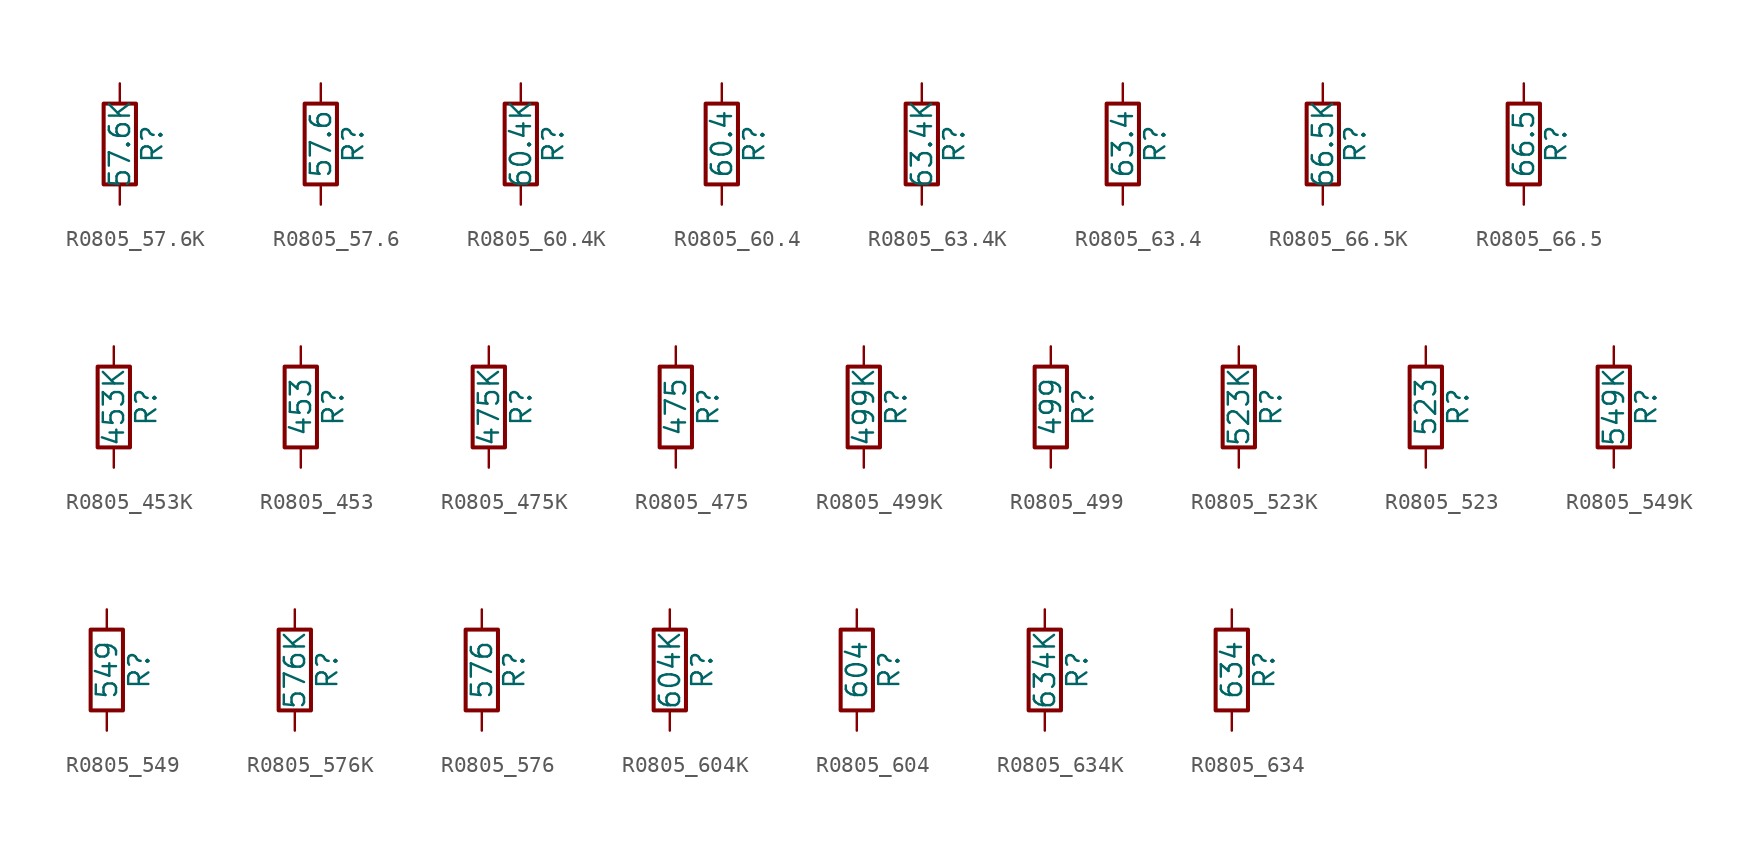
<source format=kicad_sym>
(kicad_symbol_lib
  (version 20211014)
  (generator atlantix-eda)
  (symbol "R0805_57.6K"
    (pin_numbers hide)
    (pin_names
      (offset 0))
    (property "Reference" "R"
      (at 2.032 0 90)
      (effects (font (size 1.27 1.27))))
    (property "Value" "57.6K"
      (at 0 0 90)
      (effects (font (size 1.27 1.27))))
    (symbol "R0805_57.6K_0_1"
      (rectangle (start -1.016 -2.54) (end 1.016 2.54) (stroke (width 0.254) (type default) (color 0 0 0 0)) (fill (type none))))
    (symbol "R0805_57.6K_1_1"
      (pin passive line (at 0 3.81 270) (length 1.27) (name "~" (effects (font (size 1.27 1.27)))) (number "1" (effects (font (size 1.27 1.27)))))
      (pin passive line (at 0 -3.81 90) (length 1.27) (name "~" (effects (font (size 1.27 1.27)))) (number "2" (effects (font (size 1.27 1.27)))))))
  (symbol "R0805_57.6"
    (pin_numbers hide)
    (pin_names
      (offset 0))
    (property "Reference" "R"
      (at 2.032 0 90)
      (effects (font (size 1.27 1.27))))
    (property "Value" "57.6"
      (at 0 0 90)
      (effects (font (size 1.27 1.27))))
    (symbol "R0805_57.6_0_1"
      (rectangle (start -1.016 -2.54) (end 1.016 2.54) (stroke (width 0.254) (type default) (color 0 0 0 0)) (fill (type none))))
    (symbol "R0805_57.6_1_1"
      (pin passive line (at 0 3.81 270) (length 1.27) (name "~" (effects (font (size 1.27 1.27)))) (number "1" (effects (font (size 1.27 1.27)))))
      (pin passive line (at 0 -3.81 90) (length 1.27) (name "~" (effects (font (size 1.27 1.27)))) (number "2" (effects (font (size 1.27 1.27)))))))
  (symbol "R0805_60.4K"
    (pin_numbers hide)
    (pin_names
      (offset 0))
    (property "Reference" "R"
      (at 2.032 0 90)
      (effects (font (size 1.27 1.27))))
    (property "Value" "60.4K"
      (at 0 0 90)
      (effects (font (size 1.27 1.27))))
    (symbol "R0805_60.4K_0_1"
      (rectangle (start -1.016 -2.54) (end 1.016 2.54) (stroke (width 0.254) (type default) (color 0 0 0 0)) (fill (type none))))
    (symbol "R0805_60.4K_1_1"
      (pin passive line (at 0 3.81 270) (length 1.27) (name "~" (effects (font (size 1.27 1.27)))) (number "1" (effects (font (size 1.27 1.27)))))
      (pin passive line (at 0 -3.81 90) (length 1.27) (name "~" (effects (font (size 1.27 1.27)))) (number "2" (effects (font (size 1.27 1.27)))))))
  (symbol "R0805_60.4"
    (pin_numbers hide)
    (pin_names
      (offset 0))
    (property "Reference" "R"
      (at 2.032 0 90)
      (effects (font (size 1.27 1.27))))
    (property "Value" "60.4"
      (at 0 0 90)
      (effects (font (size 1.27 1.27))))
    (symbol "R0805_60.4_0_1"
      (rectangle (start -1.016 -2.54) (end 1.016 2.54) (stroke (width 0.254) (type default) (color 0 0 0 0)) (fill (type none))))
    (symbol "R0805_60.4_1_1"
      (pin passive line (at 0 3.81 270) (length 1.27) (name "~" (effects (font (size 1.27 1.27)))) (number "1" (effects (font (size 1.27 1.27)))))
      (pin passive line (at 0 -3.81 90) (length 1.27) (name "~" (effects (font (size 1.27 1.27)))) (number "2" (effects (font (size 1.27 1.27)))))))
  (symbol "R0805_63.4K"
    (pin_numbers hide)
    (pin_names
      (offset 0))
    (property "Reference" "R"
      (at 2.032 0 90)
      (effects (font (size 1.27 1.27))))
    (property "Value" "63.4K"
      (at 0 0 90)
      (effects (font (size 1.27 1.27))))
    (symbol "R0805_63.4K_0_1"
      (rectangle (start -1.016 -2.54) (end 1.016 2.54) (stroke (width 0.254) (type default) (color 0 0 0 0)) (fill (type none))))
    (symbol "R0805_63.4K_1_1"
      (pin passive line (at 0 3.81 270) (length 1.27) (name "~" (effects (font (size 1.27 1.27)))) (number "1" (effects (font (size 1.27 1.27)))))
      (pin passive line (at 0 -3.81 90) (length 1.27) (name "~" (effects (font (size 1.27 1.27)))) (number "2" (effects (font (size 1.27 1.27)))))))
  (symbol "R0805_63.4"
    (pin_numbers hide)
    (pin_names
      (offset 0))
    (property "Reference" "R"
      (at 2.032 0 90)
      (effects (font (size 1.27 1.27))))
    (property "Value" "63.4"
      (at 0 0 90)
      (effects (font (size 1.27 1.27))))
    (symbol "R0805_63.4_0_1"
      (rectangle (start -1.016 -2.54) (end 1.016 2.54) (stroke (width 0.254) (type default) (color 0 0 0 0)) (fill (type none))))
    (symbol "R0805_63.4_1_1"
      (pin passive line (at 0 3.81 270) (length 1.27) (name "~" (effects (font (size 1.27 1.27)))) (number "1" (effects (font (size 1.27 1.27)))))
      (pin passive line (at 0 -3.81 90) (length 1.27) (name "~" (effects (font (size 1.27 1.27)))) (number "2" (effects (font (size 1.27 1.27)))))))
  (symbol "R0805_66.5K"
    (pin_numbers hide)
    (pin_names
      (offset 0))
    (property "Reference" "R"
      (at 2.032 0 90)
      (effects (font (size 1.27 1.27))))
    (property "Value" "66.5K"
      (at 0 0 90)
      (effects (font (size 1.27 1.27))))
    (symbol "R0805_66.5K_0_1"
      (rectangle (start -1.016 -2.54) (end 1.016 2.54) (stroke (width 0.254) (type default) (color 0 0 0 0)) (fill (type none))))
    (symbol "R0805_66.5K_1_1"
      (pin passive line (at 0 3.81 270) (length 1.27) (name "~" (effects (font (size 1.27 1.27)))) (number "1" (effects (font (size 1.27 1.27)))))
      (pin passive line (at 0 -3.81 90) (length 1.27) (name "~" (effects (font (size 1.27 1.27)))) (number "2" (effects (font (size 1.27 1.27)))))))
  (symbol "R0805_66.5"
    (pin_numbers hide)
    (pin_names
      (offset 0))
    (property "Reference" "R"
      (at 2.032 0 90)
      (effects (font (size 1.27 1.27))))
    (property "Value" "66.5"
      (at 0 0 90)
      (effects (font (size 1.27 1.27))))
    (symbol "R0805_66.5_0_1"
      (rectangle (start -1.016 -2.54) (end 1.016 2.54) (stroke (width 0.254) (type default) (color 0 0 0 0)) (fill (type none))))
    (symbol "R0805_66.5_1_1"
      (pin passive line (at 0 3.81 270) (length 1.27) (name "~" (effects (font (size 1.27 1.27)))) (number "1" (effects (font (size 1.27 1.27)))))
      (pin passive line (at 0 -3.81 90) (length 1.27) (name "~" (effects (font (size 1.27 1.27)))) (number "2" (effects (font (size 1.27 1.27)))))))
  (symbol "R0805_453K"
    (pin_numbers hide)
    (pin_names
      (offset 0))
    (property "Reference" "R"
      (at 2.032 0 90)
      (effects (font (size 1.27 1.27))))
    (property "Value" "453K"
      (at 0 0 90)
      (effects (font (size 1.27 1.27))))
    (symbol "R0805_453K_0_1"
      (rectangle (start -1.016 -2.54) (end 1.016 2.54) (stroke (width 0.254) (type default) (color 0 0 0 0)) (fill (type none))))
    (symbol "R0805_453K_1_1"
      (pin passive line (at 0 3.81 270) (length 1.27) (name "~" (effects (font (size 1.27 1.27)))) (number "1" (effects (font (size 1.27 1.27)))))
      (pin passive line (at 0 -3.81 90) (length 1.27) (name "~" (effects (font (size 1.27 1.27)))) (number "2" (effects (font (size 1.27 1.27)))))))
  (symbol "R0805_453"
    (pin_numbers hide)
    (pin_names
      (offset 0))
    (property "Reference" "R"
      (at 2.032 0 90)
      (effects (font (size 1.27 1.27))))
    (property "Value" "453"
      (at 0 0 90)
      (effects (font (size 1.27 1.27))))
    (symbol "R0805_453_0_1"
      (rectangle (start -1.016 -2.54) (end 1.016 2.54) (stroke (width 0.254) (type default) (color 0 0 0 0)) (fill (type none))))
    (symbol "R0805_453_1_1"
      (pin passive line (at 0 3.81 270) (length 1.27) (name "~" (effects (font (size 1.27 1.27)))) (number "1" (effects (font (size 1.27 1.27)))))
      (pin passive line (at 0 -3.81 90) (length 1.27) (name "~" (effects (font (size 1.27 1.27)))) (number "2" (effects (font (size 1.27 1.27)))))))
  (symbol "R0805_475K"
    (pin_numbers hide)
    (pin_names
      (offset 0))
    (property "Reference" "R"
      (at 2.032 0 90)
      (effects (font (size 1.27 1.27))))
    (property "Value" "475K"
      (at 0 0 90)
      (effects (font (size 1.27 1.27))))
    (symbol "R0805_475K_0_1"
      (rectangle (start -1.016 -2.54) (end 1.016 2.54) (stroke (width 0.254) (type default) (color 0 0 0 0)) (fill (type none))))
    (symbol "R0805_475K_1_1"
      (pin passive line (at 0 3.81 270) (length 1.27) (name "~" (effects (font (size 1.27 1.27)))) (number "1" (effects (font (size 1.27 1.27)))))
      (pin passive line (at 0 -3.81 90) (length 1.27) (name "~" (effects (font (size 1.27 1.27)))) (number "2" (effects (font (size 1.27 1.27)))))))
  (symbol "R0805_475"
    (pin_numbers hide)
    (pin_names
      (offset 0))
    (property "Reference" "R"
      (at 2.032 0 90)
      (effects (font (size 1.27 1.27))))
    (property "Value" "475"
      (at 0 0 90)
      (effects (font (size 1.27 1.27))))
    (symbol "R0805_475_0_1"
      (rectangle (start -1.016 -2.54) (end 1.016 2.54) (stroke (width 0.254) (type default) (color 0 0 0 0)) (fill (type none))))
    (symbol "R0805_475_1_1"
      (pin passive line (at 0 3.81 270) (length 1.27) (name "~" (effects (font (size 1.27 1.27)))) (number "1" (effects (font (size 1.27 1.27)))))
      (pin passive line (at 0 -3.81 90) (length 1.27) (name "~" (effects (font (size 1.27 1.27)))) (number "2" (effects (font (size 1.27 1.27)))))))
  (symbol "R0805_499K"
    (pin_numbers hide)
    (pin_names
      (offset 0))
    (property "Reference" "R"
      (at 2.032 0 90)
      (effects (font (size 1.27 1.27))))
    (property "Value" "499K"
      (at 0 0 90)
      (effects (font (size 1.27 1.27))))
    (symbol "R0805_499K_0_1"
      (rectangle (start -1.016 -2.54) (end 1.016 2.54) (stroke (width 0.254) (type default) (color 0 0 0 0)) (fill (type none))))
    (symbol "R0805_499K_1_1"
      (pin passive line (at 0 3.81 270) (length 1.27) (name "~" (effects (font (size 1.27 1.27)))) (number "1" (effects (font (size 1.27 1.27)))))
      (pin passive line (at 0 -3.81 90) (length 1.27) (name "~" (effects (font (size 1.27 1.27)))) (number "2" (effects (font (size 1.27 1.27)))))))
  (symbol "R0805_499"
    (pin_numbers hide)
    (pin_names
      (offset 0))
    (property "Reference" "R"
      (at 2.032 0 90)
      (effects (font (size 1.27 1.27))))
    (property "Value" "499"
      (at 0 0 90)
      (effects (font (size 1.27 1.27))))
    (symbol "R0805_499_0_1"
      (rectangle (start -1.016 -2.54) (end 1.016 2.54) (stroke (width 0.254) (type default) (color 0 0 0 0)) (fill (type none))))
    (symbol "R0805_499_1_1"
      (pin passive line (at 0 3.81 270) (length 1.27) (name "~" (effects (font (size 1.27 1.27)))) (number "1" (effects (font (size 1.27 1.27)))))
      (pin passive line (at 0 -3.81 90) (length 1.27) (name "~" (effects (font (size 1.27 1.27)))) (number "2" (effects (font (size 1.27 1.27)))))))
  (symbol "R0805_523K"
    (pin_numbers hide)
    (pin_names
      (offset 0))
    (property "Reference" "R"
      (at 2.032 0 90)
      (effects (font (size 1.27 1.27))))
    (property "Value" "523K"
      (at 0 0 90)
      (effects (font (size 1.27 1.27))))
    (symbol "R0805_523K_0_1"
      (rectangle (start -1.016 -2.54) (end 1.016 2.54) (stroke (width 0.254) (type default) (color 0 0 0 0)) (fill (type none))))
    (symbol "R0805_523K_1_1"
      (pin passive line (at 0 3.81 270) (length 1.27) (name "~" (effects (font (size 1.27 1.27)))) (number "1" (effects (font (size 1.27 1.27)))))
      (pin passive line (at 0 -3.81 90) (length 1.27) (name "~" (effects (font (size 1.27 1.27)))) (number "2" (effects (font (size 1.27 1.27)))))))
  (symbol "R0805_523"
    (pin_numbers hide)
    (pin_names
      (offset 0))
    (property "Reference" "R"
      (at 2.032 0 90)
      (effects (font (size 1.27 1.27))))
    (property "Value" "523"
      (at 0 0 90)
      (effects (font (size 1.27 1.27))))
    (symbol "R0805_523_0_1"
      (rectangle (start -1.016 -2.54) (end 1.016 2.54) (stroke (width 0.254) (type default) (color 0 0 0 0)) (fill (type none))))
    (symbol "R0805_523_1_1"
      (pin passive line (at 0 3.81 270) (length 1.27) (name "~" (effects (font (size 1.27 1.27)))) (number "1" (effects (font (size 1.27 1.27)))))
      (pin passive line (at 0 -3.81 90) (length 1.27) (name "~" (effects (font (size 1.27 1.27)))) (number "2" (effects (font (size 1.27 1.27)))))))
  (symbol "R0805_549K"
    (pin_numbers hide)
    (pin_names
      (offset 0))
    (property "Reference" "R"
      (at 2.032 0 90)
      (effects (font (size 1.27 1.27))))
    (property "Value" "549K"
      (at 0 0 90)
      (effects (font (size 1.27 1.27))))
    (symbol "R0805_549K_0_1"
      (rectangle (start -1.016 -2.54) (end 1.016 2.54) (stroke (width 0.254) (type default) (color 0 0 0 0)) (fill (type none))))
    (symbol "R0805_549K_1_1"
      (pin passive line (at 0 3.81 270) (length 1.27) (name "~" (effects (font (size 1.27 1.27)))) (number "1" (effects (font (size 1.27 1.27)))))
      (pin passive line (at 0 -3.81 90) (length 1.27) (name "~" (effects (font (size 1.27 1.27)))) (number "2" (effects (font (size 1.27 1.27)))))))
  (symbol "R0805_549"
    (pin_numbers hide)
    (pin_names
      (offset 0))
    (property "Reference" "R"
      (at 2.032 0 90)
      (effects (font (size 1.27 1.27))))
    (property "Value" "549"
      (at 0 0 90)
      (effects (font (size 1.27 1.27))))
    (symbol "R0805_549_0_1"
      (rectangle (start -1.016 -2.54) (end 1.016 2.54) (stroke (width 0.254) (type default) (color 0 0 0 0)) (fill (type none))))
    (symbol "R0805_549_1_1"
      (pin passive line (at 0 3.81 270) (length 1.27) (name "~" (effects (font (size 1.27 1.27)))) (number "1" (effects (font (size 1.27 1.27)))))
      (pin passive line (at 0 -3.81 90) (length 1.27) (name "~" (effects (font (size 1.27 1.27)))) (number "2" (effects (font (size 1.27 1.27)))))))
  (symbol "R0805_576K"
    (pin_numbers hide)
    (pin_names
      (offset 0))
    (property "Reference" "R"
      (at 2.032 0 90)
      (effects (font (size 1.27 1.27))))
    (property "Value" "576K"
      (at 0 0 90)
      (effects (font (size 1.27 1.27))))
    (symbol "R0805_576K_0_1"
      (rectangle (start -1.016 -2.54) (end 1.016 2.54) (stroke (width 0.254) (type default) (color 0 0 0 0)) (fill (type none))))
    (symbol "R0805_576K_1_1"
      (pin passive line (at 0 3.81 270) (length 1.27) (name "~" (effects (font (size 1.27 1.27)))) (number "1" (effects (font (size 1.27 1.27)))))
      (pin passive line (at 0 -3.81 90) (length 1.27) (name "~" (effects (font (size 1.27 1.27)))) (number "2" (effects (font (size 1.27 1.27)))))))
  (symbol "R0805_576"
    (pin_numbers hide)
    (pin_names
      (offset 0))
    (property "Reference" "R"
      (at 2.032 0 90)
      (effects (font (size 1.27 1.27))))
    (property "Value" "576"
      (at 0 0 90)
      (effects (font (size 1.27 1.27))))
    (symbol "R0805_576_0_1"
      (rectangle (start -1.016 -2.54) (end 1.016 2.54) (stroke (width 0.254) (type default) (color 0 0 0 0)) (fill (type none))))
    (symbol "R0805_576_1_1"
      (pin passive line (at 0 3.81 270) (length 1.27) (name "~" (effects (font (size 1.27 1.27)))) (number "1" (effects (font (size 1.27 1.27)))))
      (pin passive line (at 0 -3.81 90) (length 1.27) (name "~" (effects (font (size 1.27 1.27)))) (number "2" (effects (font (size 1.27 1.27)))))))
  (symbol "R0805_604K"
    (pin_numbers hide)
    (pin_names
      (offset 0))
    (property "Reference" "R"
      (at 2.032 0 90)
      (effects (font (size 1.27 1.27))))
    (property "Value" "604K"
      (at 0 0 90)
      (effects (font (size 1.27 1.27))))
    (symbol "R0805_604K_0_1"
      (rectangle (start -1.016 -2.54) (end 1.016 2.54) (stroke (width 0.254) (type default) (color 0 0 0 0)) (fill (type none))))
    (symbol "R0805_604K_1_1"
      (pin passive line (at 0 3.81 270) (length 1.27) (name "~" (effects (font (size 1.27 1.27)))) (number "1" (effects (font (size 1.27 1.27)))))
      (pin passive line (at 0 -3.81 90) (length 1.27) (name "~" (effects (font (size 1.27 1.27)))) (number "2" (effects (font (size 1.27 1.27)))))))
  (symbol "R0805_604"
    (pin_numbers hide)
    (pin_names
      (offset 0))
    (property "Reference" "R"
      (at 2.032 0 90)
      (effects (font (size 1.27 1.27))))
    (property "Value" "604"
      (at 0 0 90)
      (effects (font (size 1.27 1.27))))
    (symbol "R0805_604_0_1"
      (rectangle (start -1.016 -2.54) (end 1.016 2.54) (stroke (width 0.254) (type default) (color 0 0 0 0)) (fill (type none))))
    (symbol "R0805_604_1_1"
      (pin passive line (at 0 3.81 270) (length 1.27) (name "~" (effects (font (size 1.27 1.27)))) (number "1" (effects (font (size 1.27 1.27)))))
      (pin passive line (at 0 -3.81 90) (length 1.27) (name "~" (effects (font (size 1.27 1.27)))) (number "2" (effects (font (size 1.27 1.27)))))))
  (symbol "R0805_634K"
    (pin_numbers hide)
    (pin_names
      (offset 0))
    (property "Reference" "R"
      (at 2.032 0 90)
      (effects (font (size 1.27 1.27))))
    (property "Value" "634K"
      (at 0 0 90)
      (effects (font (size 1.27 1.27))))
    (symbol "R0805_634K_0_1"
      (rectangle (start -1.016 -2.54) (end 1.016 2.54) (stroke (width 0.254) (type default) (color 0 0 0 0)) (fill (type none))))
    (symbol "R0805_634K_1_1"
      (pin passive line (at 0 3.81 270) (length 1.27) (name "~" (effects (font (size 1.27 1.27)))) (number "1" (effects (font (size 1.27 1.27)))))
      (pin passive line (at 0 -3.81 90) (length 1.27) (name "~" (effects (font (size 1.27 1.27)))) (number "2" (effects (font (size 1.27 1.27)))))))
  (symbol "R0805_634"
    (pin_numbers hide)
    (pin_names
      (offset 0))
    (property "Reference" "R"
      (at 2.032 0 90)
      (effects (font (size 1.27 1.27))))
    (property "Value" "634"
      (at 0 0 90)
      (effects (font (size 1.27 1.27))))
    (symbol "R0805_634_0_1"
      (rectangle (start -1.016 -2.54) (end 1.016 2.54) (stroke (width 0.254) (type default) (color 0 0 0 0)) (fill (type none))))
    (symbol "R0805_634_1_1"
      (pin passive line (at 0 3.81 270) (length 1.27) (name "~" (effects (font (size 1.27 1.27)))) (number "1" (effects (font (size 1.27 1.27)))))
      (pin passive line (at 0 -3.81 90) (length 1.27) (name "~" (effects (font (size 1.27 1.27)))) (number "2" (effects (font (size 1.27 1.27))))))))
</source>
